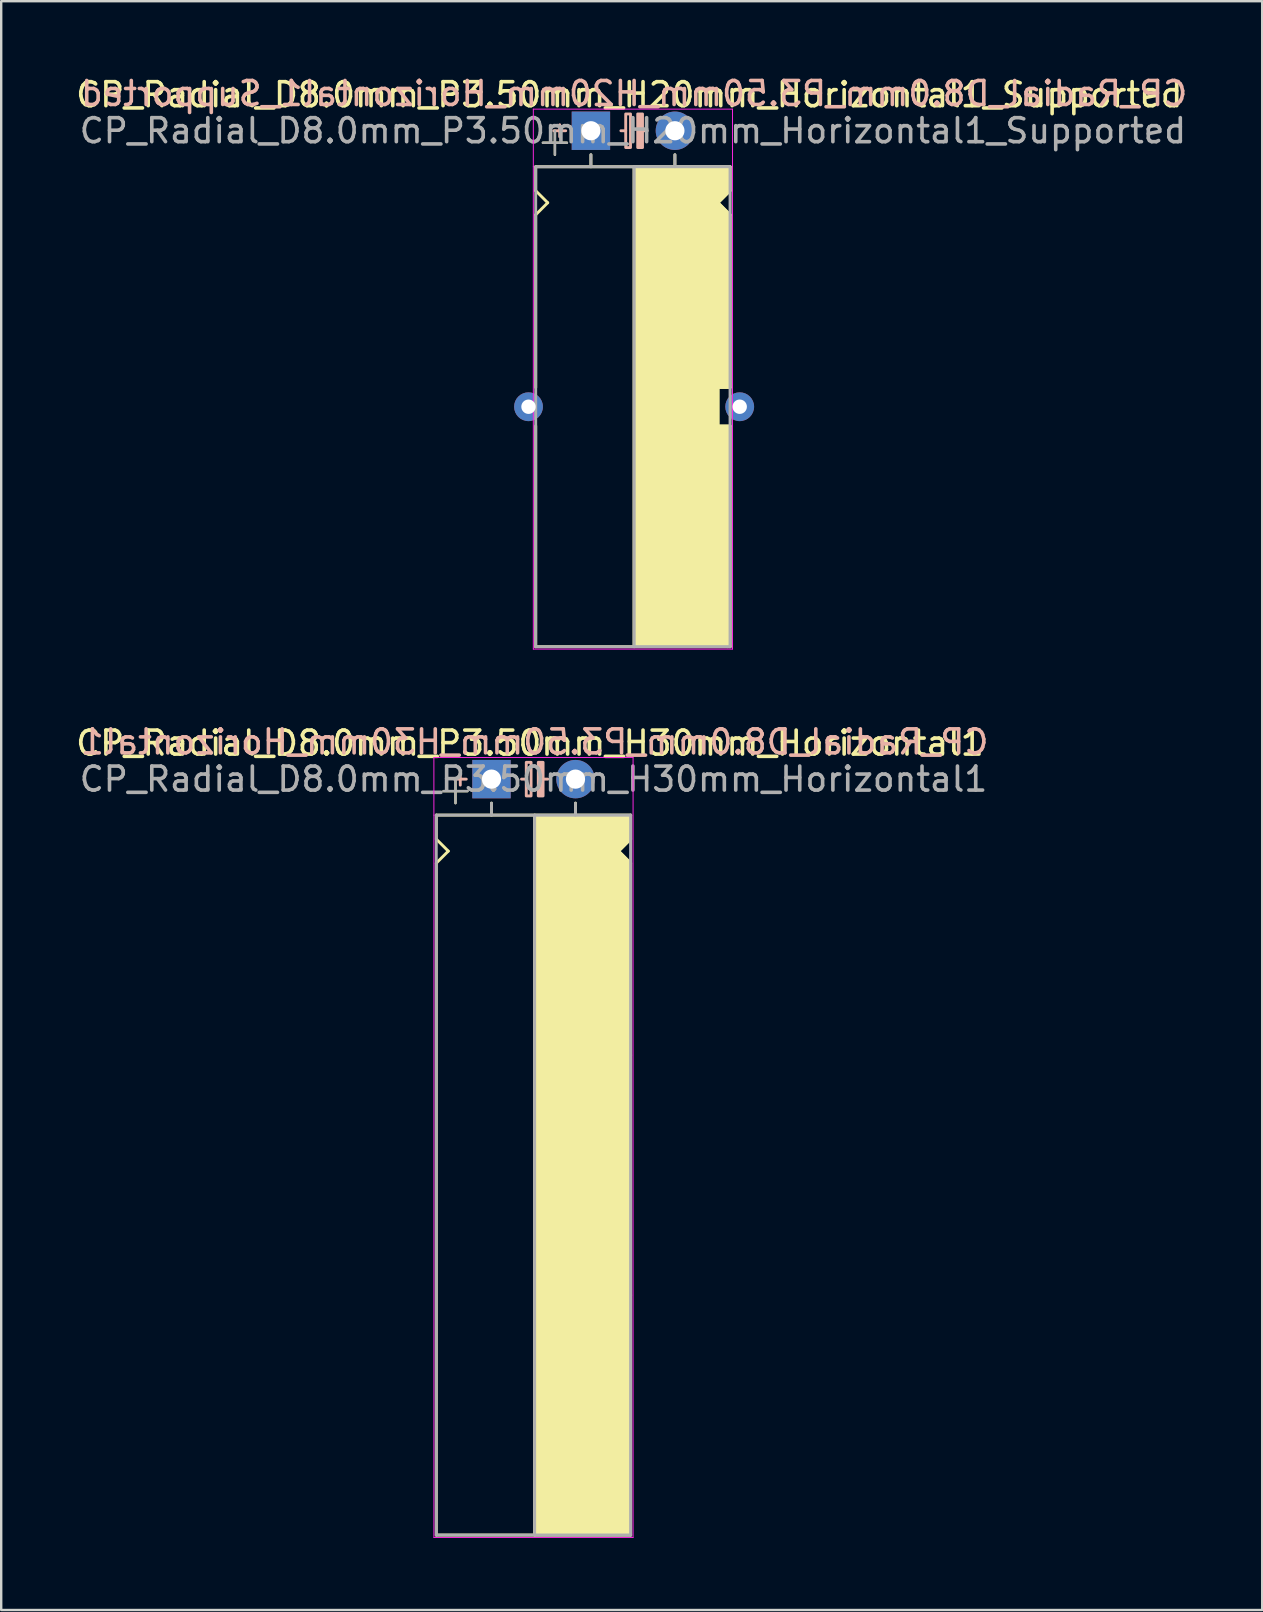
<source format=kicad_pcb>
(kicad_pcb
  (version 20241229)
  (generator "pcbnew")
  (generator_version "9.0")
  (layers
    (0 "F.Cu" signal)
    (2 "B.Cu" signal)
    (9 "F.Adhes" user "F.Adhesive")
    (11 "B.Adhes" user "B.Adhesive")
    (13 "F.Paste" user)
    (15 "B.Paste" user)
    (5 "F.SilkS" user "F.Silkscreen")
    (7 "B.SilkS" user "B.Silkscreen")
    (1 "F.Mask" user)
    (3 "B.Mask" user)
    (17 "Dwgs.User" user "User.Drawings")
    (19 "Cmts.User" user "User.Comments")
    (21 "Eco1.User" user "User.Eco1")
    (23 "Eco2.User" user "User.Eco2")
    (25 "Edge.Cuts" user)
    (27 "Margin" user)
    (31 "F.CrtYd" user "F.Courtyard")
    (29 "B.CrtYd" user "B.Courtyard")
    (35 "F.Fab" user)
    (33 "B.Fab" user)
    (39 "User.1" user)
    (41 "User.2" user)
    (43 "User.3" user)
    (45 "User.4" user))
  (footprint "CP_Radial_D8.0mm_P3.50mm_H30mm_Horizontal1"
    (layer "F.Cu")
    (at 17.43 29.416)
    (property "Reference" "CP_Radial_D8.0mm_P3.50mm_H30mm_Horizontal1" (at 1.6 -1.5 0) (layer "F.SilkS") (effects (font (size 1 1) (thickness 0.15))))
    (fp_line (start -2.3 1.5) (end 5.8 1.5) (stroke (width 0.12) (type solid)) (layer "F.SilkS"))
    (fp_line (start -2.3 2.5) (end -2.3 1.5) (stroke (width 0.12) (type solid)) (layer "F.SilkS"))
    (fp_line (start -2.3 3.5) (end -2.3 31.5) (stroke (width 0.12) (type solid)) (layer "F.SilkS"))
    (fp_line (start -2.3 3.5) (end -1.8 3) (stroke (width 0.12) (type solid)) (layer "F.SilkS"))
    (fp_line (start -2.3 31.5) (end 5.8 31.5) (stroke (width 0.12) (type solid)) (layer "F.SilkS"))
    (fp_line (start -2 0.5) (end -1 0.5) (stroke (width 0.1) (type solid)) (layer "F.SilkS"))
    (fp_line (start -1.8 3) (end -2.3 2.5) (stroke (width 0.12) (type solid)) (layer "F.SilkS"))
    (fp_line (start -1.5 1) (end -1.5 0) (stroke (width 0.1) (type solid)) (layer "F.SilkS"))
    (fp_line (start 0 1) (end 0 1.5) (stroke (width 0.12) (type solid)) (layer "F.SilkS"))
    (fp_line (start 1.8 31.5) (end 1.8 1.5) (stroke (width 0.12) (type solid)) (layer "F.SilkS"))
    (fp_line (start 3.5 1) (end 3.5 1.5) (stroke (width 0.12) (type solid)) (layer "F.SilkS"))
    (fp_line (start 5.3 3) (end 5.8 2.5) (stroke (width 0.12) (type solid)) (layer "F.SilkS"))
    (fp_line (start 5.8 2.5) (end 5.8 1.5) (stroke (width 0.12) (type solid)) (layer "F.SilkS"))
    (fp_line (start 5.8 3.5) (end 5.3 3) (stroke (width 0.12) (type solid)) (layer "F.SilkS"))
    (fp_line (start 5.8 11.5) (end 5.8 3.5) (stroke (width 0.12) (type solid)) (layer "F.SilkS"))
    (fp_line (start 5.8 11.5) (end 5.8 31.5) (stroke (width 0.12) (type solid)) (layer "F.SilkS"))
    (fp_line (start 5.8 21.5) (end 5.7 21.5) (stroke (width 0.12) (type solid)) (layer "F.SilkS"))
    (fp_poly (pts (xy 5.8 2.5) (xy 5.3 3) (xy 5.8 3.5) (xy 5.8 31.5) (xy 1.8 31.5) (xy 1.8 1.5) (xy 5.8 1.5)) (stroke (width 0.1) (type solid)) (fill yes) (layer "F.SilkS"))
    (fp_line (start -1.3 -0.25) (end -1.3 0.25) (stroke (width 0.12) (type solid)) (layer "B.SilkS"))
    (fp_line (start -1.05 0) (end -1.55 0) (stroke (width 0.12) (type solid)) (layer "B.SilkS"))
    (fp_line (start 1.45 0) (end 1.25 0) (stroke (width 0.12) (type solid)) (layer "B.SilkS"))
    (fp_line (start 2.15 0) (end 2.35 0) (stroke (width 0.12) (type solid)) (layer "B.SilkS"))
    (fp_rect (start 1.65 -0.7) (end 1.45 0.7) (stroke (width 0.12) (type solid)) (fill no) (layer "B.SilkS"))
    (fp_rect (start 2.15 -0.7) (end 1.95 0.7) (stroke (width 0.12) (type solid)) (fill yes) (layer "B.SilkS"))
    (fp_line (start -2.4 -0.9) (end 5.9 -0.9) (stroke (width 0.04) (type solid)) (layer "F.CrtYd"))
    (fp_line (start -2.4 1.5) (end -2.4 -0.9) (stroke (width 0.04) (type solid)) (layer "F.CrtYd"))
    (fp_line (start -2.4 31.6) (end -2.4 1.5) (stroke (width 0.04) (type solid)) (layer "F.CrtYd"))
    (fp_line (start 5.9 -0.9) (end 5.9 31.6) (stroke (width 0.04) (type solid)) (layer "F.CrtYd"))
    (fp_line (start 5.9 31.6) (end -2.4 31.6) (stroke (width 0.04) (type solid)) (layer "F.CrtYd"))
    (fp_line (start -2.3 1.5) (end 5.8 1.5) (stroke (width 0.12) (type solid)) (layer "F.Fab"))
    (fp_line (start -2.3 31.5) (end -2.3 1.5) (stroke (width 0.12) (type solid)) (layer "F.Fab"))
    (fp_line (start -2 0.5) (end -1 0.5) (stroke (width 0.1) (type solid)) (layer "F.Fab"))
    (fp_line (start -1.5 1) (end -1.5 0) (stroke (width 0.1) (type solid)) (layer "F.Fab"))
    (fp_line (start 0 1.5) (end 0 1) (stroke (width 0.12) (type solid)) (layer "F.Fab"))
    (fp_line (start 1.8 1.5) (end 1.8 31.5) (stroke (width 0.12) (type solid)) (layer "F.Fab"))
    (fp_line (start 3.5 1.5) (end 3.5 1) (stroke (width 0.12) (type solid)) (layer "F.Fab"))
    (fp_line (start 5.8 1.5) (end 5.8 31.5) (stroke (width 0.12) (type solid)) (layer "F.Fab"))
    (fp_line (start 5.8 31.5) (end -2.3 31.5) (stroke (width 0.12) (type solid)) (layer "F.Fab"))
    (fp_poly (pts (xy 5.8 31.5) (xy 1.8 31.5) (xy 1.8 1.5) (xy 5.8 1.5)) (stroke (width 0.1) (type solid)) (fill no) (layer "F.Fab"))
    (fp_text user "${REFERENCE}" (at 1.8 -1.55 0) (layer "B.SilkS") (effects (font (size 1 1) (thickness 0.15)) (justify mirror)))
    (fp_text user "${REFERENCE}" (at 1.75 0 0) (layer "F.Fab") (effects (font (size 1 1) (thickness 0.15))))
    (pad "1" thru_hole rect (at 0 0) (size 1.6 1.6) (drill 0.8) (layers "*.Cu" "*.Mask"))
    (pad "2" thru_hole circle (at 3.5 0) (size 1.6 1.6) (drill 0.8) (layers "*.Cu" "*.Mask")))
  (footprint "CP_Radial_D8.0mm_P3.50mm_H20mm_Horizontal1_Supported"
    (layer "F.Cu")
    (at 21.573 2.398)
    (property "Reference" "CP_Radial_D8.0mm_P3.50mm_H20mm_Horizontal1_Supported" (at 1.6 -1.5 0) (layer "F.SilkS") (effects (font (size 1 1) (thickness 0.15))))
    (fp_line (start -2.3 1.5) (end -2.3 2.5) (stroke (width 0.12) (type solid)) (layer "F.SilkS"))
    (fp_line (start -2.3 1.5) (end 5.8 1.5) (stroke (width 0.12) (type solid)) (layer "F.SilkS"))
    (fp_line (start -2.3 2.5) (end -1.8 3) (stroke (width 0.12) (type solid)) (layer "F.SilkS"))
    (fp_line (start -2.3 10.7) (end -2.3 3.5) (stroke (width 0.12) (type solid)) (layer "F.SilkS"))
    (fp_line (start -2.3 12.3) (end -2.3 21.5) (stroke (width 0.12) (type solid)) (layer "F.SilkS"))
    (fp_line (start -2.3 21.5) (end 5.7 21.5) (stroke (width 0.12) (type solid)) (layer "F.SilkS"))
    (fp_line (start -2 0.5) (end -1 0.5) (stroke (width 0.1) (type solid)) (layer "F.SilkS"))
    (fp_line (start -1.8 3) (end -2.3 3.5) (stroke (width 0.12) (type solid)) (layer "F.SilkS"))
    (fp_line (start -1.5 1) (end -1.5 0) (stroke (width 0.1) (type solid)) (layer "F.SilkS"))
    (fp_line (start 0 1) (end 0 1.5) (stroke (width 0.12) (type solid)) (layer "F.SilkS"))
    (fp_line (start 1.8 21.5) (end 1.8 1.5) (stroke (width 0.12) (type solid)) (layer "F.SilkS"))
    (fp_line (start 3.5 1) (end 3.5 1.5) (stroke (width 0.12) (type solid)) (layer "F.SilkS"))
    (fp_line (start 5.3 3) (end 5.8 2.5) (stroke (width 0.12) (type solid)) (layer "F.SilkS"))
    (fp_line (start 5.3 10.7) (end 5.3 12.3) (stroke (width 0.12) (type solid)) (layer "F.SilkS"))
    (fp_line (start 5.3 12.3) (end 5.8 12.3) (stroke (width 0.12) (type solid)) (layer "F.SilkS"))
    (fp_line (start 5.8 2.5) (end 5.8 1.5) (stroke (width 0.12) (type solid)) (layer "F.SilkS"))
    (fp_line (start 5.8 3.5) (end 5.3 3) (stroke (width 0.12) (type solid)) (layer "F.SilkS"))
    (fp_line (start 5.8 10.7) (end 5.3 10.7) (stroke (width 0.12) (type solid)) (layer "F.SilkS"))
    (fp_line (start 5.8 10.7) (end 5.8 3.5) (stroke (width 0.12) (type solid)) (layer "F.SilkS"))
    (fp_line (start 5.8 12.3) (end 5.8 21.5) (stroke (width 0.12) (type solid)) (layer "F.SilkS"))
    (fp_line (start 5.8 21.5) (end 5.7 21.5) (stroke (width 0.12) (type solid)) (layer "F.SilkS"))
    (fp_poly (pts (xy 5.8 2.5) (xy 5.3 3) (xy 5.8 3.5) (xy 5.8 10.7) (xy 5.3 10.7) (xy 5.3 12.3) (xy 5.8 12.3) (xy 5.8 21.5) (xy 1.8 21.5) (xy 1.8 1.5) (xy 5.8 1.5)) (stroke (width 0.1) (type solid)) (fill yes) (layer "F.SilkS"))
    (fp_line (start -1.3 -0.25) (end -1.3 0.25) (stroke (width 0.12) (type solid)) (layer "B.SilkS"))
    (fp_line (start -1.05 0) (end -1.55 0) (stroke (width 0.12) (type solid)) (layer "B.SilkS"))
    (fp_line (start 1.45 0) (end 1.25 0) (stroke (width 0.12) (type solid)) (layer "B.SilkS"))
    (fp_line (start 2.15 0) (end 2.35 0) (stroke (width 0.12) (type solid)) (layer "B.SilkS"))
    (fp_rect (start 1.65 -0.7) (end 1.45 0.7) (stroke (width 0.12) (type solid)) (fill no) (layer "B.SilkS"))
    (fp_rect (start 2.15 -0.7) (end 1.95 0.7) (stroke (width 0.12) (type solid)) (fill yes) (layer "B.SilkS"))
    (fp_line (start -2.4 -0.9) (end 5.9 -0.9) (stroke (width 0.04) (type solid)) (layer "F.CrtYd"))
    (fp_line (start -2.4 1.5) (end -2.4 -0.9) (stroke (width 0.04) (type solid)) (layer "F.CrtYd"))
    (fp_line (start -2.4 21.6) (end -2.4 1.5) (stroke (width 0.04) (type solid)) (layer "F.CrtYd"))
    (fp_line (start 5.9 -0.9) (end 5.9 21.6) (stroke (width 0.04) (type solid)) (layer "F.CrtYd"))
    (fp_line (start 5.9 21.6) (end -2.4 21.6) (stroke (width 0.04) (type solid)) (layer "F.CrtYd"))
    (fp_line (start -2.3 1.5) (end 5.8 1.5) (stroke (width 0.12) (type solid)) (layer "F.Fab"))
    (fp_line (start -2.3 21.5) (end -2.3 1.5) (stroke (width 0.12) (type solid)) (layer "F.Fab"))
    (fp_line (start -2 0.5) (end -1 0.5) (stroke (width 0.1) (type solid)) (layer "F.Fab"))
    (fp_line (start -1.5 1) (end -1.5 0) (stroke (width 0.1) (type solid)) (layer "F.Fab"))
    (fp_line (start 0 1.5) (end 0 1) (stroke (width 0.12) (type solid)) (layer "F.Fab"))
    (fp_line (start 1.8 1.5) (end 1.8 21.5) (stroke (width 0.12) (type solid)) (layer "F.Fab"))
    (fp_line (start 3.5 1.5) (end 3.5 1) (stroke (width 0.12) (type solid)) (layer "F.Fab"))
    (fp_line (start 5.8 1.5) (end 5.8 21.5) (stroke (width 0.12) (type solid)) (layer "F.Fab"))
    (fp_line (start 5.8 21.5) (end -2.3 21.5) (stroke (width 0.12) (type solid)) (layer "F.Fab"))
    (fp_poly (pts (xy 5.8 21.5) (xy 1.8 21.5) (xy 1.8 1.5) (xy 5.8 1.5)) (stroke (width 0.1) (type solid)) (fill no) (layer "F.Fab"))
    (fp_text user "${REFERENCE}" (at 1.8 -1.55 0) (layer "B.SilkS") (effects (font (size 1 1) (thickness 0.15)) (justify mirror)))
    (fp_text user "${REFERENCE}" (at 1.75 0 0) (layer "F.Fab") (effects (font (size 1 1) (thickness 0.15))))
    (pad "1" thru_hole rect (at 0 0) (size 1.6 1.6) (drill 0.8) (layers "*.Cu" "*.Mask"))
    (pad "2" thru_hole circle (at 3.5 0) (size 1.6 1.6) (drill 0.8) (layers "*.Cu" "*.Mask"))
    (pad "~" thru_hole circle (at -2.6 11.5) (size 1.2 1.2) (drill 0.6) (layers "*.Cu" "*.Mask"))
    (pad "~" thru_hole circle (at 6.2 11.5) (size 1.2 1.2) (drill 0.6) (layers "*.Cu" "*.Mask")))
  (gr_rect
    (start -3 -3)
    (end 49.545 64.037)
    (stroke (width 0.1) (type default))
    (fill no)
    (layer "Edge.Cuts")))
</source>
